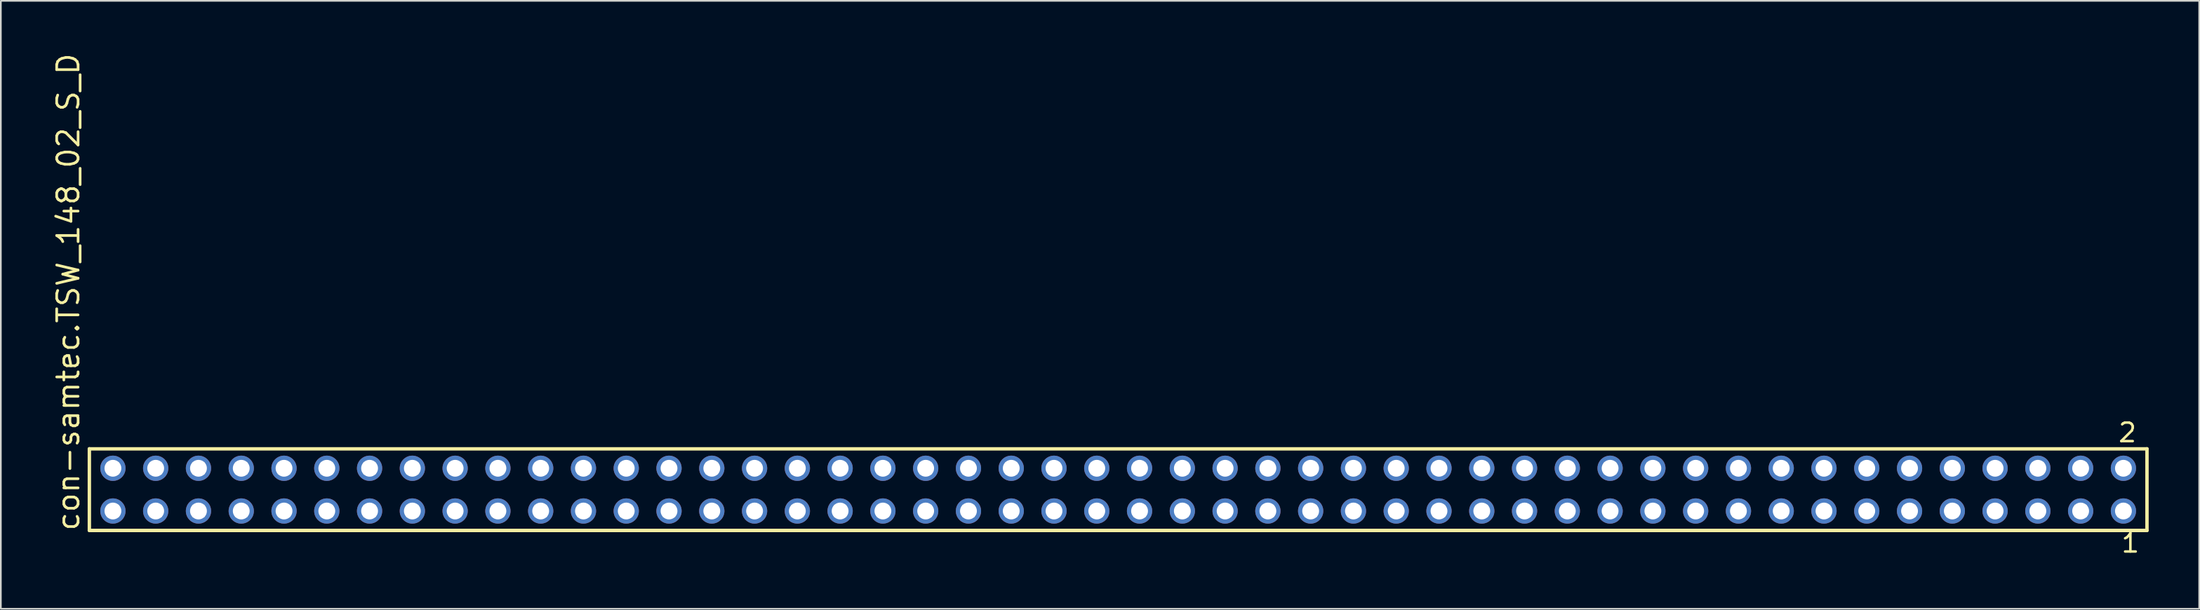
<source format=kicad_pcb>
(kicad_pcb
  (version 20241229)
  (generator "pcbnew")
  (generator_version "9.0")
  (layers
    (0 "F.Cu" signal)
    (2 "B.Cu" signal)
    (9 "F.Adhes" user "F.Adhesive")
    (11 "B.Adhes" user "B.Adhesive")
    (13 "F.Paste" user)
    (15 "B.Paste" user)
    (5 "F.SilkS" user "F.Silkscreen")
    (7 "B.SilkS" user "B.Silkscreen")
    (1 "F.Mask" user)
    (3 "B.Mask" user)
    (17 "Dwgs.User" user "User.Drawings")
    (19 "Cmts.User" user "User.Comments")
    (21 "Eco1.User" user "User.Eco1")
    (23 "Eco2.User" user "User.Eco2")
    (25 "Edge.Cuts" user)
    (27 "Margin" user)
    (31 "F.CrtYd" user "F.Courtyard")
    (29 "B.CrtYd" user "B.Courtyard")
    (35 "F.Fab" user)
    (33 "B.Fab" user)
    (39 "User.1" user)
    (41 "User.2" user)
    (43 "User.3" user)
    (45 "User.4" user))
  (footprint "con-samtec.TSW_148_02_S_D"
    (layer "F.Cu")
    (at 63.345 26.049)
    (property "Reference" "con-samtec.TSW_148_02_S_D" (at -61.595 2.54 90) (layer "F.SilkS") (effects (font (size 1.27 1.27) (thickness 0.16)) (justify left bottom)))
    (attr through_hole)
    (fp_line (start -61.089 -2.425) (end 61.089 -2.425) (stroke (width 0.203) (type default)) (layer "F.SilkS"))
    (fp_line (start -61.089 2.425) (end -61.089 -2.425) (stroke (width 0.203) (type default)) (layer "F.SilkS"))
    (fp_line (start 61.089 -2.425) (end 61.089 2.425) (stroke (width 0.203) (type default)) (layer "F.SilkS"))
    (fp_line (start 61.089 2.425) (end -61.089 2.425) (stroke (width 0.203) (type default)) (layer "F.SilkS"))
    (fp_rect (start -60.04 -0.92) (end -59.34 -1.62) (stroke (width 0.05) (type default)) (fill no) (layer "F.Fab"))
    (fp_rect (start -60.04 1.62) (end -59.34 0.92) (stroke (width 0.05) (type default)) (fill no) (layer "F.Fab"))
    (fp_rect (start -57.5 -0.92) (end -56.8 -1.62) (stroke (width 0.05) (type default)) (fill no) (layer "F.Fab"))
    (fp_rect (start -57.5 1.62) (end -56.8 0.92) (stroke (width 0.05) (type default)) (fill no) (layer "F.Fab"))
    (fp_rect (start -54.96 -0.92) (end -54.26 -1.62) (stroke (width 0.05) (type default)) (fill no) (layer "F.Fab"))
    (fp_rect (start -54.96 1.62) (end -54.26 0.92) (stroke (width 0.05) (type default)) (fill no) (layer "F.Fab"))
    (fp_rect (start -52.42 -0.92) (end -51.72 -1.62) (stroke (width 0.05) (type default)) (fill no) (layer "F.Fab"))
    (fp_rect (start -52.42 1.62) (end -51.72 0.92) (stroke (width 0.05) (type default)) (fill no) (layer "F.Fab"))
    (fp_rect (start -49.88 -0.92) (end -49.18 -1.62) (stroke (width 0.05) (type default)) (fill no) (layer "F.Fab"))
    (fp_rect (start -49.88 1.62) (end -49.18 0.92) (stroke (width 0.05) (type default)) (fill no) (layer "F.Fab"))
    (fp_rect (start -47.34 -0.92) (end -46.64 -1.62) (stroke (width 0.05) (type default)) (fill no) (layer "F.Fab"))
    (fp_rect (start -47.34 1.62) (end -46.64 0.92) (stroke (width 0.05) (type default)) (fill no) (layer "F.Fab"))
    (fp_rect (start -44.8 -0.92) (end -44.1 -1.62) (stroke (width 0.05) (type default)) (fill no) (layer "F.Fab"))
    (fp_rect (start -44.8 1.62) (end -44.1 0.92) (stroke (width 0.05) (type default)) (fill no) (layer "F.Fab"))
    (fp_rect (start -42.26 -0.92) (end -41.56 -1.62) (stroke (width 0.05) (type default)) (fill no) (layer "F.Fab"))
    (fp_rect (start -42.26 1.62) (end -41.56 0.92) (stroke (width 0.05) (type default)) (fill no) (layer "F.Fab"))
    (fp_rect (start -39.72 -0.92) (end -39.02 -1.62) (stroke (width 0.05) (type default)) (fill no) (layer "F.Fab"))
    (fp_rect (start -39.72 1.62) (end -39.02 0.92) (stroke (width 0.05) (type default)) (fill no) (layer "F.Fab"))
    (fp_rect (start -37.18 -0.92) (end -36.48 -1.62) (stroke (width 0.05) (type default)) (fill no) (layer "F.Fab"))
    (fp_rect (start -37.18 1.62) (end -36.48 0.92) (stroke (width 0.05) (type default)) (fill no) (layer "F.Fab"))
    (fp_rect (start -34.64 -0.92) (end -33.94 -1.62) (stroke (width 0.05) (type default)) (fill no) (layer "F.Fab"))
    (fp_rect (start -34.64 1.62) (end -33.94 0.92) (stroke (width 0.05) (type default)) (fill no) (layer "F.Fab"))
    (fp_rect (start -32.1 -0.92) (end -31.4 -1.62) (stroke (width 0.05) (type default)) (fill no) (layer "F.Fab"))
    (fp_rect (start -32.1 1.62) (end -31.4 0.92) (stroke (width 0.05) (type default)) (fill no) (layer "F.Fab"))
    (fp_rect (start -29.56 -0.92) (end -28.86 -1.62) (stroke (width 0.05) (type default)) (fill no) (layer "F.Fab"))
    (fp_rect (start -29.56 1.62) (end -28.86 0.92) (stroke (width 0.05) (type default)) (fill no) (layer "F.Fab"))
    (fp_rect (start -27.02 -0.92) (end -26.32 -1.62) (stroke (width 0.05) (type default)) (fill no) (layer "F.Fab"))
    (fp_rect (start -27.02 1.62) (end -26.32 0.92) (stroke (width 0.05) (type default)) (fill no) (layer "F.Fab"))
    (fp_rect (start -24.48 -0.92) (end -23.78 -1.62) (stroke (width 0.05) (type default)) (fill no) (layer "F.Fab"))
    (fp_rect (start -24.48 1.62) (end -23.78 0.92) (stroke (width 0.05) (type default)) (fill no) (layer "F.Fab"))
    (fp_rect (start -21.94 -0.92) (end -21.24 -1.62) (stroke (width 0.05) (type default)) (fill no) (layer "F.Fab"))
    (fp_rect (start -21.94 1.62) (end -21.24 0.92) (stroke (width 0.05) (type default)) (fill no) (layer "F.Fab"))
    (fp_rect (start -19.4 -0.92) (end -18.7 -1.62) (stroke (width 0.05) (type default)) (fill no) (layer "F.Fab"))
    (fp_rect (start -19.4 1.62) (end -18.7 0.92) (stroke (width 0.05) (type default)) (fill no) (layer "F.Fab"))
    (fp_rect (start -16.86 -0.92) (end -16.16 -1.62) (stroke (width 0.05) (type default)) (fill no) (layer "F.Fab"))
    (fp_rect (start -16.86 1.62) (end -16.16 0.92) (stroke (width 0.05) (type default)) (fill no) (layer "F.Fab"))
    (fp_rect (start -14.32 -0.92) (end -13.62 -1.62) (stroke (width 0.05) (type default)) (fill no) (layer "F.Fab"))
    (fp_rect (start -14.32 1.62) (end -13.62 0.92) (stroke (width 0.05) (type default)) (fill no) (layer "F.Fab"))
    (fp_rect (start -11.78 -0.92) (end -11.08 -1.62) (stroke (width 0.05) (type default)) (fill no) (layer "F.Fab"))
    (fp_rect (start -11.78 1.62) (end -11.08 0.92) (stroke (width 0.05) (type default)) (fill no) (layer "F.Fab"))
    (fp_rect (start -9.24 -0.92) (end -8.54 -1.62) (stroke (width 0.05) (type default)) (fill no) (layer "F.Fab"))
    (fp_rect (start -9.24 1.62) (end -8.54 0.92) (stroke (width 0.05) (type default)) (fill no) (layer "F.Fab"))
    (fp_rect (start -6.7 -0.92) (end -6 -1.62) (stroke (width 0.05) (type default)) (fill no) (layer "F.Fab"))
    (fp_rect (start -6.7 1.62) (end -6 0.92) (stroke (width 0.05) (type default)) (fill no) (layer "F.Fab"))
    (fp_rect (start -4.16 -0.92) (end -3.46 -1.62) (stroke (width 0.05) (type default)) (fill no) (layer "F.Fab"))
    (fp_rect (start -4.16 1.62) (end -3.46 0.92) (stroke (width 0.05) (type default)) (fill no) (layer "F.Fab"))
    (fp_rect (start -1.62 -0.92) (end -0.92 -1.62) (stroke (width 0.05) (type default)) (fill no) (layer "F.Fab"))
    (fp_rect (start -1.62 1.62) (end -0.92 0.92) (stroke (width 0.05) (type default)) (fill no) (layer "F.Fab"))
    (fp_rect (start 0.92 -0.92) (end 1.62 -1.62) (stroke (width 0.05) (type default)) (fill no) (layer "F.Fab"))
    (fp_rect (start 0.92 1.62) (end 1.62 0.92) (stroke (width 0.05) (type default)) (fill no) (layer "F.Fab"))
    (fp_rect (start 3.46 -0.92) (end 4.16 -1.62) (stroke (width 0.05) (type default)) (fill no) (layer "F.Fab"))
    (fp_rect (start 3.46 1.62) (end 4.16 0.92) (stroke (width 0.05) (type default)) (fill no) (layer "F.Fab"))
    (fp_rect (start 6 -0.92) (end 6.7 -1.62) (stroke (width 0.05) (type default)) (fill no) (layer "F.Fab"))
    (fp_rect (start 6 1.62) (end 6.7 0.92) (stroke (width 0.05) (type default)) (fill no) (layer "F.Fab"))
    (fp_rect (start 8.54 -0.92) (end 9.24 -1.62) (stroke (width 0.05) (type default)) (fill no) (layer "F.Fab"))
    (fp_rect (start 8.54 1.62) (end 9.24 0.92) (stroke (width 0.05) (type default)) (fill no) (layer "F.Fab"))
    (fp_rect (start 11.08 -0.92) (end 11.78 -1.62) (stroke (width 0.05) (type default)) (fill no) (layer "F.Fab"))
    (fp_rect (start 11.08 1.62) (end 11.78 0.92) (stroke (width 0.05) (type default)) (fill no) (layer "F.Fab"))
    (fp_rect (start 13.62 -0.92) (end 14.32 -1.62) (stroke (width 0.05) (type default)) (fill no) (layer "F.Fab"))
    (fp_rect (start 13.62 1.62) (end 14.32 0.92) (stroke (width 0.05) (type default)) (fill no) (layer "F.Fab"))
    (fp_rect (start 16.16 -0.92) (end 16.86 -1.62) (stroke (width 0.05) (type default)) (fill no) (layer "F.Fab"))
    (fp_rect (start 16.16 1.62) (end 16.86 0.92) (stroke (width 0.05) (type default)) (fill no) (layer "F.Fab"))
    (fp_rect (start 18.7 -0.92) (end 19.4 -1.62) (stroke (width 0.05) (type default)) (fill no) (layer "F.Fab"))
    (fp_rect (start 18.7 1.62) (end 19.4 0.92) (stroke (width 0.05) (type default)) (fill no) (layer "F.Fab"))
    (fp_rect (start 21.24 -0.92) (end 21.94 -1.62) (stroke (width 0.05) (type default)) (fill no) (layer "F.Fab"))
    (fp_rect (start 21.24 1.62) (end 21.94 0.92) (stroke (width 0.05) (type default)) (fill no) (layer "F.Fab"))
    (fp_rect (start 23.78 -0.92) (end 24.48 -1.62) (stroke (width 0.05) (type default)) (fill no) (layer "F.Fab"))
    (fp_rect (start 23.78 1.62) (end 24.48 0.92) (stroke (width 0.05) (type default)) (fill no) (layer "F.Fab"))
    (fp_rect (start 26.32 -0.92) (end 27.02 -1.62) (stroke (width 0.05) (type default)) (fill no) (layer "F.Fab"))
    (fp_rect (start 26.32 1.62) (end 27.02 0.92) (stroke (width 0.05) (type default)) (fill no) (layer "F.Fab"))
    (fp_rect (start 28.86 -0.92) (end 29.56 -1.62) (stroke (width 0.05) (type default)) (fill no) (layer "F.Fab"))
    (fp_rect (start 28.86 1.62) (end 29.56 0.92) (stroke (width 0.05) (type default)) (fill no) (layer "F.Fab"))
    (fp_rect (start 31.4 -0.92) (end 32.1 -1.62) (stroke (width 0.05) (type default)) (fill no) (layer "F.Fab"))
    (fp_rect (start 31.4 1.62) (end 32.1 0.92) (stroke (width 0.05) (type default)) (fill no) (layer "F.Fab"))
    (fp_rect (start 33.94 -0.92) (end 34.64 -1.62) (stroke (width 0.05) (type default)) (fill no) (layer "F.Fab"))
    (fp_rect (start 33.94 1.62) (end 34.64 0.92) (stroke (width 0.05) (type default)) (fill no) (layer "F.Fab"))
    (fp_rect (start 36.48 -0.92) (end 37.18 -1.62) (stroke (width 0.05) (type default)) (fill no) (layer "F.Fab"))
    (fp_rect (start 36.48 1.62) (end 37.18 0.92) (stroke (width 0.05) (type default)) (fill no) (layer "F.Fab"))
    (fp_rect (start 39.02 -0.92) (end 39.72 -1.62) (stroke (width 0.05) (type default)) (fill no) (layer "F.Fab"))
    (fp_rect (start 39.02 1.62) (end 39.72 0.92) (stroke (width 0.05) (type default)) (fill no) (layer "F.Fab"))
    (fp_rect (start 41.56 -0.92) (end 42.26 -1.62) (stroke (width 0.05) (type default)) (fill no) (layer "F.Fab"))
    (fp_rect (start 41.56 1.62) (end 42.26 0.92) (stroke (width 0.05) (type default)) (fill no) (layer "F.Fab"))
    (fp_rect (start 44.1 -0.92) (end 44.8 -1.62) (stroke (width 0.05) (type default)) (fill no) (layer "F.Fab"))
    (fp_rect (start 44.1 1.62) (end 44.8 0.92) (stroke (width 0.05) (type default)) (fill no) (layer "F.Fab"))
    (fp_rect (start 46.64 -0.92) (end 47.34 -1.62) (stroke (width 0.05) (type default)) (fill no) (layer "F.Fab"))
    (fp_rect (start 46.64 1.62) (end 47.34 0.92) (stroke (width 0.05) (type default)) (fill no) (layer "F.Fab"))
    (fp_rect (start 49.18 -0.92) (end 49.88 -1.62) (stroke (width 0.05) (type default)) (fill no) (layer "F.Fab"))
    (fp_rect (start 49.18 1.62) (end 49.88 0.92) (stroke (width 0.05) (type default)) (fill no) (layer "F.Fab"))
    (fp_rect (start 51.72 -0.92) (end 52.42 -1.62) (stroke (width 0.05) (type default)) (fill no) (layer "F.Fab"))
    (fp_rect (start 51.72 1.62) (end 52.42 0.92) (stroke (width 0.05) (type default)) (fill no) (layer "F.Fab"))
    (fp_rect (start 54.26 -0.92) (end 54.96 -1.62) (stroke (width 0.05) (type default)) (fill no) (layer "F.Fab"))
    (fp_rect (start 54.26 1.62) (end 54.96 0.92) (stroke (width 0.05) (type default)) (fill no) (layer "F.Fab"))
    (fp_rect (start 56.8 -0.92) (end 57.5 -1.62) (stroke (width 0.05) (type default)) (fill no) (layer "F.Fab"))
    (fp_rect (start 56.8 1.62) (end 57.5 0.92) (stroke (width 0.05) (type default)) (fill no) (layer "F.Fab"))
    (fp_rect (start 59.34 -0.92) (end 60.04 -1.62) (stroke (width 0.05) (type default)) (fill no) (layer "F.Fab"))
    (fp_rect (start 59.34 1.62) (end 60.04 0.92) (stroke (width 0.05) (type default)) (fill no) (layer "F.Fab"))
    (fp_text user "1" (at 59.482 3.818 0) (layer "F.SilkS") (effects (font (size 1.1 1.1) (thickness 0.15)) (justify left bottom)))
    (fp_text user "2" (at 59.307 -2.744 0) (layer "F.SilkS") (effects (font (size 1.1 1.1) (thickness 0.15)) (justify left bottom)))
    (pad "1" thru_hole circle (at 59.69 1.27 180) (size 1.5 1.5) (drill 1) (layers "*.Cu" "*.Mask"))
    (pad "2" thru_hole circle (at 59.69 -1.27 180) (size 1.5 1.5) (drill 1) (layers "*.Cu" "*.Mask"))
    (pad "3" thru_hole circle (at 57.15 1.27 180) (size 1.5 1.5) (drill 1) (layers "*.Cu" "*.Mask"))
    (pad "4" thru_hole circle (at 57.15 -1.27 180) (size 1.5 1.5) (drill 1) (layers "*.Cu" "*.Mask"))
    (pad "5" thru_hole circle (at 54.61 1.27 180) (size 1.5 1.5) (drill 1) (layers "*.Cu" "*.Mask"))
    (pad "6" thru_hole circle (at 54.61 -1.27 180) (size 1.5 1.5) (drill 1) (layers "*.Cu" "*.Mask"))
    (pad "7" thru_hole circle (at 52.07 1.27 180) (size 1.5 1.5) (drill 1) (layers "*.Cu" "*.Mask"))
    (pad "8" thru_hole circle (at 52.07 -1.27 180) (size 1.5 1.5) (drill 1) (layers "*.Cu" "*.Mask"))
    (pad "9" thru_hole circle (at 49.53 1.27 180) (size 1.5 1.5) (drill 1) (layers "*.Cu" "*.Mask"))
    (pad "10" thru_hole circle (at 49.53 -1.27 180) (size 1.5 1.5) (drill 1) (layers "*.Cu" "*.Mask"))
    (pad "11" thru_hole circle (at 46.99 1.27 180) (size 1.5 1.5) (drill 1) (layers "*.Cu" "*.Mask"))
    (pad "12" thru_hole circle (at 46.99 -1.27 180) (size 1.5 1.5) (drill 1) (layers "*.Cu" "*.Mask"))
    (pad "13" thru_hole circle (at 44.45 1.27 180) (size 1.5 1.5) (drill 1) (layers "*.Cu" "*.Mask"))
    (pad "14" thru_hole circle (at 44.45 -1.27 180) (size 1.5 1.5) (drill 1) (layers "*.Cu" "*.Mask"))
    (pad "15" thru_hole circle (at 41.91 1.27 180) (size 1.5 1.5) (drill 1) (layers "*.Cu" "*.Mask"))
    (pad "16" thru_hole circle (at 41.91 -1.27 180) (size 1.5 1.5) (drill 1) (layers "*.Cu" "*.Mask"))
    (pad "17" thru_hole circle (at 39.37 1.27 180) (size 1.5 1.5) (drill 1) (layers "*.Cu" "*.Mask"))
    (pad "18" thru_hole circle (at 39.37 -1.27 180) (size 1.5 1.5) (drill 1) (layers "*.Cu" "*.Mask"))
    (pad "19" thru_hole circle (at 36.83 1.27 180) (size 1.5 1.5) (drill 1) (layers "*.Cu" "*.Mask"))
    (pad "20" thru_hole circle (at 36.83 -1.27 180) (size 1.5 1.5) (drill 1) (layers "*.Cu" "*.Mask"))
    (pad "21" thru_hole circle (at 34.29 1.27 180) (size 1.5 1.5) (drill 1) (layers "*.Cu" "*.Mask"))
    (pad "22" thru_hole circle (at 34.29 -1.27 180) (size 1.5 1.5) (drill 1) (layers "*.Cu" "*.Mask"))
    (pad "23" thru_hole circle (at 31.75 1.27 180) (size 1.5 1.5) (drill 1) (layers "*.Cu" "*.Mask"))
    (pad "24" thru_hole circle (at 31.75 -1.27 180) (size 1.5 1.5) (drill 1) (layers "*.Cu" "*.Mask"))
    (pad "25" thru_hole circle (at 29.21 1.27 180) (size 1.5 1.5) (drill 1) (layers "*.Cu" "*.Mask"))
    (pad "26" thru_hole circle (at 29.21 -1.27 180) (size 1.5 1.5) (drill 1) (layers "*.Cu" "*.Mask"))
    (pad "27" thru_hole circle (at 26.67 1.27 180) (size 1.5 1.5) (drill 1) (layers "*.Cu" "*.Mask"))
    (pad "28" thru_hole circle (at 26.67 -1.27 180) (size 1.5 1.5) (drill 1) (layers "*.Cu" "*.Mask"))
    (pad "29" thru_hole circle (at 24.13 1.27 180) (size 1.5 1.5) (drill 1) (layers "*.Cu" "*.Mask"))
    (pad "30" thru_hole circle (at 24.13 -1.27 180) (size 1.5 1.5) (drill 1) (layers "*.Cu" "*.Mask"))
    (pad "31" thru_hole circle (at 21.59 1.27 180) (size 1.5 1.5) (drill 1) (layers "*.Cu" "*.Mask"))
    (pad "32" thru_hole circle (at 21.59 -1.27 180) (size 1.5 1.5) (drill 1) (layers "*.Cu" "*.Mask"))
    (pad "33" thru_hole circle (at 19.05 1.27 180) (size 1.5 1.5) (drill 1) (layers "*.Cu" "*.Mask"))
    (pad "34" thru_hole circle (at 19.05 -1.27 180) (size 1.5 1.5) (drill 1) (layers "*.Cu" "*.Mask"))
    (pad "35" thru_hole circle (at 16.51 1.27 180) (size 1.5 1.5) (drill 1) (layers "*.Cu" "*.Mask"))
    (pad "36" thru_hole circle (at 16.51 -1.27 180) (size 1.5 1.5) (drill 1) (layers "*.Cu" "*.Mask"))
    (pad "37" thru_hole circle (at 13.97 1.27 180) (size 1.5 1.5) (drill 1) (layers "*.Cu" "*.Mask"))
    (pad "38" thru_hole circle (at 13.97 -1.27 180) (size 1.5 1.5) (drill 1) (layers "*.Cu" "*.Mask"))
    (pad "39" thru_hole circle (at 11.43 1.27 180) (size 1.5 1.5) (drill 1) (layers "*.Cu" "*.Mask"))
    (pad "40" thru_hole circle (at 11.43 -1.27 180) (size 1.5 1.5) (drill 1) (layers "*.Cu" "*.Mask"))
    (pad "41" thru_hole circle (at 8.89 1.27 180) (size 1.5 1.5) (drill 1) (layers "*.Cu" "*.Mask"))
    (pad "42" thru_hole circle (at 8.89 -1.27 180) (size 1.5 1.5) (drill 1) (layers "*.Cu" "*.Mask"))
    (pad "43" thru_hole circle (at 6.35 1.27 180) (size 1.5 1.5) (drill 1) (layers "*.Cu" "*.Mask"))
    (pad "44" thru_hole circle (at 6.35 -1.27 180) (size 1.5 1.5) (drill 1) (layers "*.Cu" "*.Mask"))
    (pad "45" thru_hole circle (at 3.81 1.27 180) (size 1.5 1.5) (drill 1) (layers "*.Cu" "*.Mask"))
    (pad "46" thru_hole circle (at 3.81 -1.27 180) (size 1.5 1.5) (drill 1) (layers "*.Cu" "*.Mask"))
    (pad "47" thru_hole circle (at 1.27 1.27 180) (size 1.5 1.5) (drill 1) (layers "*.Cu" "*.Mask"))
    (pad "48" thru_hole circle (at 1.27 -1.27 180) (size 1.5 1.5) (drill 1) (layers "*.Cu" "*.Mask"))
    (pad "49" thru_hole circle (at -1.27 1.27 180) (size 1.5 1.5) (drill 1) (layers "*.Cu" "*.Mask"))
    (pad "50" thru_hole circle (at -1.27 -1.27 180) (size 1.5 1.5) (drill 1) (layers "*.Cu" "*.Mask"))
    (pad "51" thru_hole circle (at -3.81 1.27 180) (size 1.5 1.5) (drill 1) (layers "*.Cu" "*.Mask"))
    (pad "52" thru_hole circle (at -3.81 -1.27 180) (size 1.5 1.5) (drill 1) (layers "*.Cu" "*.Mask"))
    (pad "53" thru_hole circle (at -6.35 1.27 180) (size 1.5 1.5) (drill 1) (layers "*.Cu" "*.Mask"))
    (pad "54" thru_hole circle (at -6.35 -1.27 180) (size 1.5 1.5) (drill 1) (layers "*.Cu" "*.Mask"))
    (pad "55" thru_hole circle (at -8.89 1.27 180) (size 1.5 1.5) (drill 1) (layers "*.Cu" "*.Mask"))
    (pad "56" thru_hole circle (at -8.89 -1.27 180) (size 1.5 1.5) (drill 1) (layers "*.Cu" "*.Mask"))
    (pad "57" thru_hole circle (at -11.43 1.27 180) (size 1.5 1.5) (drill 1) (layers "*.Cu" "*.Mask"))
    (pad "58" thru_hole circle (at -11.43 -1.27 180) (size 1.5 1.5) (drill 1) (layers "*.Cu" "*.Mask"))
    (pad "59" thru_hole circle (at -13.97 1.27 180) (size 1.5 1.5) (drill 1) (layers "*.Cu" "*.Mask"))
    (pad "60" thru_hole circle (at -13.97 -1.27 180) (size 1.5 1.5) (drill 1) (layers "*.Cu" "*.Mask"))
    (pad "61" thru_hole circle (at -16.51 1.27 180) (size 1.5 1.5) (drill 1) (layers "*.Cu" "*.Mask"))
    (pad "62" thru_hole circle (at -16.51 -1.27 180) (size 1.5 1.5) (drill 1) (layers "*.Cu" "*.Mask"))
    (pad "63" thru_hole circle (at -19.05 1.27 180) (size 1.5 1.5) (drill 1) (layers "*.Cu" "*.Mask"))
    (pad "64" thru_hole circle (at -19.05 -1.27 180) (size 1.5 1.5) (drill 1) (layers "*.Cu" "*.Mask"))
    (pad "65" thru_hole circle (at -21.59 1.27 180) (size 1.5 1.5) (drill 1) (layers "*.Cu" "*.Mask"))
    (pad "66" thru_hole circle (at -21.59 -1.27 180) (size 1.5 1.5) (drill 1) (layers "*.Cu" "*.Mask"))
    (pad "67" thru_hole circle (at -24.13 1.27 180) (size 1.5 1.5) (drill 1) (layers "*.Cu" "*.Mask"))
    (pad "68" thru_hole circle (at -24.13 -1.27 180) (size 1.5 1.5) (drill 1) (layers "*.Cu" "*.Mask"))
    (pad "69" thru_hole circle (at -26.67 1.27 180) (size 1.5 1.5) (drill 1) (layers "*.Cu" "*.Mask"))
    (pad "70" thru_hole circle (at -26.67 -1.27 180) (size 1.5 1.5) (drill 1) (layers "*.Cu" "*.Mask"))
    (pad "71" thru_hole circle (at -29.21 1.27 180) (size 1.5 1.5) (drill 1) (layers "*.Cu" "*.Mask"))
    (pad "72" thru_hole circle (at -29.21 -1.27 180) (size 1.5 1.5) (drill 1) (layers "*.Cu" "*.Mask"))
    (pad "73" thru_hole circle (at -31.75 1.27 180) (size 1.5 1.5) (drill 1) (layers "*.Cu" "*.Mask"))
    (pad "74" thru_hole circle (at -31.75 -1.27 180) (size 1.5 1.5) (drill 1) (layers "*.Cu" "*.Mask"))
    (pad "75" thru_hole circle (at -34.29 1.27 180) (size 1.5 1.5) (drill 1) (layers "*.Cu" "*.Mask"))
    (pad "76" thru_hole circle (at -34.29 -1.27 180) (size 1.5 1.5) (drill 1) (layers "*.Cu" "*.Mask"))
    (pad "77" thru_hole circle (at -36.83 1.27 180) (size 1.5 1.5) (drill 1) (layers "*.Cu" "*.Mask"))
    (pad "78" thru_hole circle (at -36.83 -1.27 180) (size 1.5 1.5) (drill 1) (layers "*.Cu" "*.Mask"))
    (pad "79" thru_hole circle (at -39.37 1.27 180) (size 1.5 1.5) (drill 1) (layers "*.Cu" "*.Mask"))
    (pad "80" thru_hole circle (at -39.37 -1.27 180) (size 1.5 1.5) (drill 1) (layers "*.Cu" "*.Mask"))
    (pad "81" thru_hole circle (at -41.91 1.27 180) (size 1.5 1.5) (drill 1) (layers "*.Cu" "*.Mask"))
    (pad "82" thru_hole circle (at -41.91 -1.27 180) (size 1.5 1.5) (drill 1) (layers "*.Cu" "*.Mask"))
    (pad "83" thru_hole circle (at -44.45 1.27 180) (size 1.5 1.5) (drill 1) (layers "*.Cu" "*.Mask"))
    (pad "84" thru_hole circle (at -44.45 -1.27 180) (size 1.5 1.5) (drill 1) (layers "*.Cu" "*.Mask"))
    (pad "85" thru_hole circle (at -46.99 1.27 180) (size 1.5 1.5) (drill 1) (layers "*.Cu" "*.Mask"))
    (pad "86" thru_hole circle (at -46.99 -1.27 180) (size 1.5 1.5) (drill 1) (layers "*.Cu" "*.Mask"))
    (pad "87" thru_hole circle (at -49.53 1.27 180) (size 1.5 1.5) (drill 1) (layers "*.Cu" "*.Mask"))
    (pad "88" thru_hole circle (at -49.53 -1.27 180) (size 1.5 1.5) (drill 1) (layers "*.Cu" "*.Mask"))
    (pad "89" thru_hole circle (at -52.07 1.27 180) (size 1.5 1.5) (drill 1) (layers "*.Cu" "*.Mask"))
    (pad "90" thru_hole circle (at -52.07 -1.27 180) (size 1.5 1.5) (drill 1) (layers "*.Cu" "*.Mask"))
    (pad "91" thru_hole circle (at -54.61 1.27 180) (size 1.5 1.5) (drill 1) (layers "*.Cu" "*.Mask"))
    (pad "92" thru_hole circle (at -54.61 -1.27 180) (size 1.5 1.5) (drill 1) (layers "*.Cu" "*.Mask"))
    (pad "93" thru_hole circle (at -57.15 1.27 180) (size 1.5 1.5) (drill 1) (layers "*.Cu" "*.Mask"))
    (pad "94" thru_hole circle (at -57.15 -1.27 180) (size 1.5 1.5) (drill 1) (layers "*.Cu" "*.Mask"))
    (pad "95" thru_hole circle (at -59.69 1.27 180) (size 1.5 1.5) (drill 1) (layers "*.Cu" "*.Mask"))
    (pad "96" thru_hole circle (at -59.69 -1.27 180) (size 1.5 1.5) (drill 1) (layers "*.Cu" "*.Mask")))
  (gr_rect
    (start -3 -3)
    (end 127.536 33.131)
    (stroke (width 0.1) (type default))
    (fill no)
    (layer "Edge.Cuts")))
</source>
